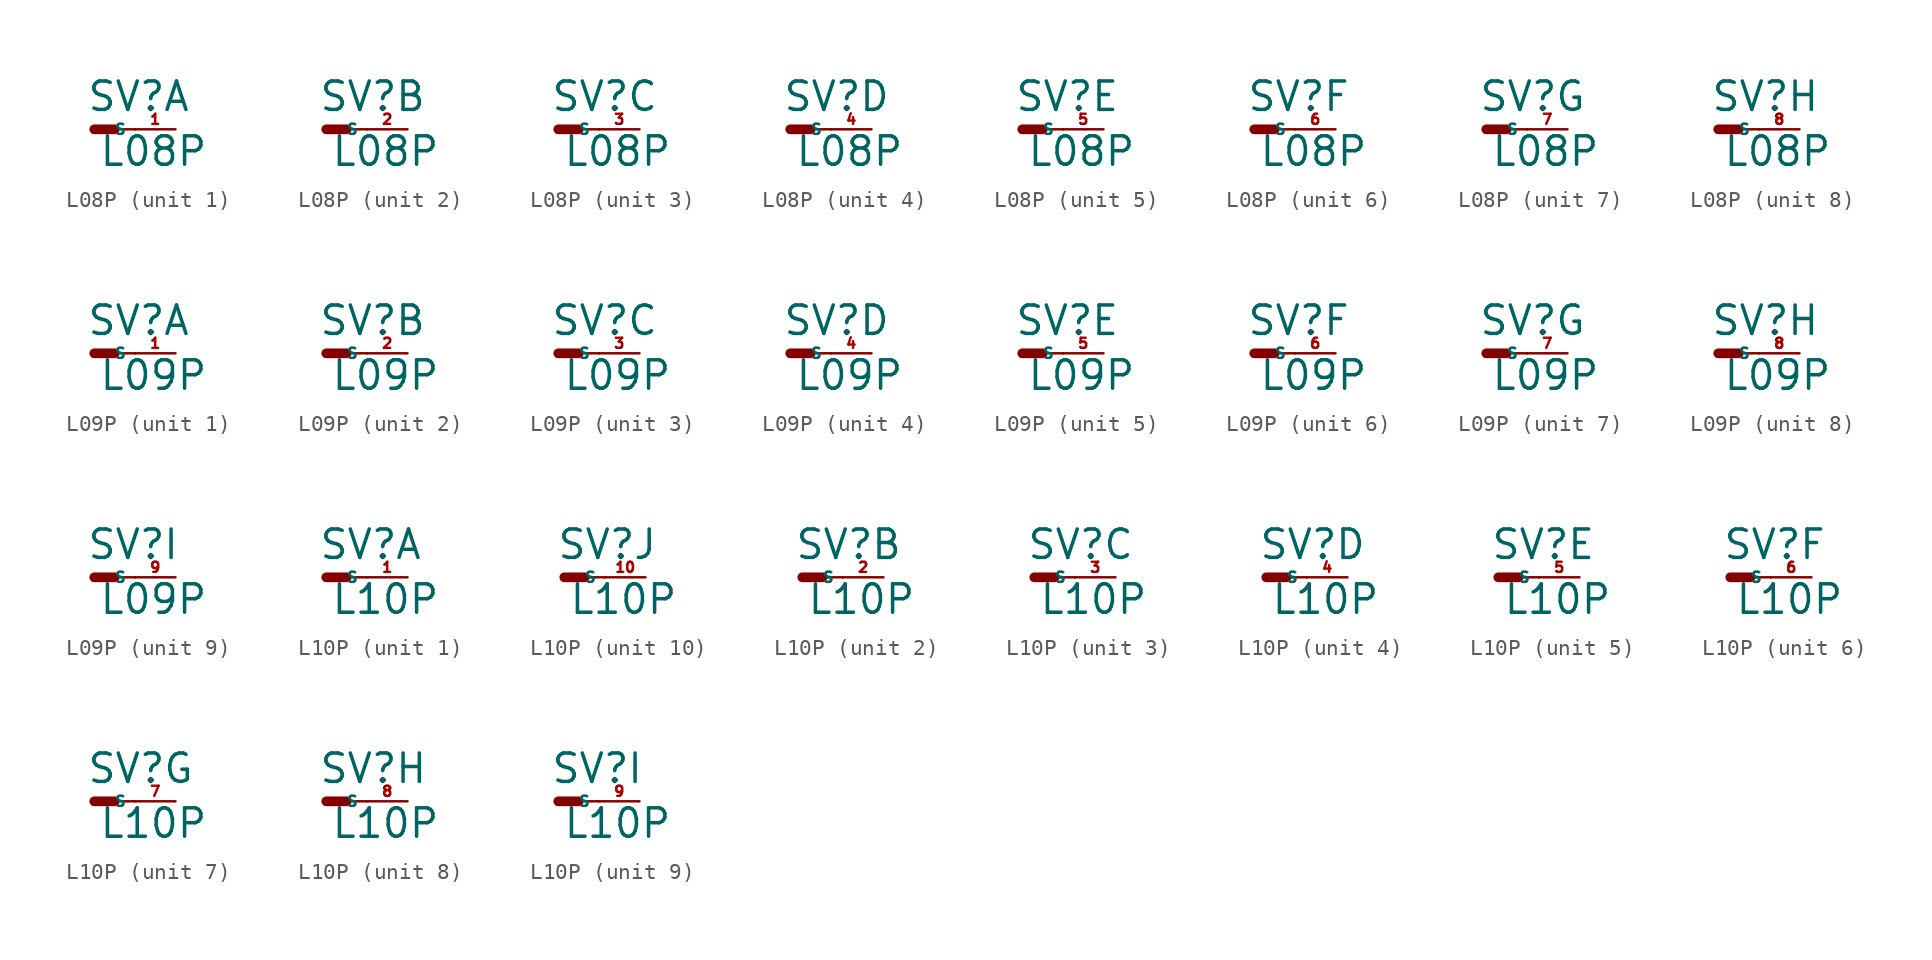
<source format=kicad_sym>
(kicad_symbol_lib
  (version 20220914)
  (generator Eagle2Kicad)
  (symbol "L08P"
    (property "Reference" "SV"
      (at -0.508 1.016 0)
      (effects (font (size 1.778 1.778) (thickness 0.22)) (justify left bottom)))
    (property "Value" "L08P"
      (at 0.254 -2.413 0)
      (effects (font (size 1.778 1.778) (thickness 0.22)) (justify left bottom)))
    (symbol "L08P_1_0"
      (polyline (pts (xy 1.27 0) (xy 2.54 0)) (stroke (width 0.152) (type default)) (fill (type none)))
      (polyline (pts (xy 0 0) (xy 1.27 0)) (stroke (width 0.61) (type default)) (fill (type none)))
      (pin passive line (at 5.08 0 180) (length 2.54) (name "S" (effects (font (size 0.635 0.635) (thickness 0.08)) (justify left bottom))) (number "1" (effects (font (size 0.635 0.635) (thickness 0.08)) (justify left bottom)))))
    (symbol "L08P_2_0"
      (polyline (pts (xy 1.27 0) (xy 2.54 0)) (stroke (width 0.152) (type default)) (fill (type none)))
      (polyline (pts (xy 0 0) (xy 1.27 0)) (stroke (width 0.61) (type default)) (fill (type none)))
      (pin passive line (at 5.08 0 180) (length 2.54) (name "S" (effects (font (size 0.635 0.635) (thickness 0.08)) (justify left bottom))) (number "2" (effects (font (size 0.635 0.635) (thickness 0.08)) (justify left bottom)))))
    (symbol "L08P_3_0"
      (polyline (pts (xy 1.27 0) (xy 2.54 0)) (stroke (width 0.152) (type default)) (fill (type none)))
      (polyline (pts (xy 0 0) (xy 1.27 0)) (stroke (width 0.61) (type default)) (fill (type none)))
      (pin passive line (at 5.08 0 180) (length 2.54) (name "S" (effects (font (size 0.635 0.635) (thickness 0.08)) (justify left bottom))) (number "3" (effects (font (size 0.635 0.635) (thickness 0.08)) (justify left bottom)))))
    (symbol "L08P_4_0"
      (polyline (pts (xy 1.27 0) (xy 2.54 0)) (stroke (width 0.152) (type default)) (fill (type none)))
      (polyline (pts (xy 0 0) (xy 1.27 0)) (stroke (width 0.61) (type default)) (fill (type none)))
      (pin passive line (at 5.08 0 180) (length 2.54) (name "S" (effects (font (size 0.635 0.635) (thickness 0.08)) (justify left bottom))) (number "4" (effects (font (size 0.635 0.635) (thickness 0.08)) (justify left bottom)))))
    (symbol "L08P_5_0"
      (polyline (pts (xy 1.27 0) (xy 2.54 0)) (stroke (width 0.152) (type default)) (fill (type none)))
      (polyline (pts (xy 0 0) (xy 1.27 0)) (stroke (width 0.61) (type default)) (fill (type none)))
      (pin passive line (at 5.08 0 180) (length 2.54) (name "S" (effects (font (size 0.635 0.635) (thickness 0.08)) (justify left bottom))) (number "5" (effects (font (size 0.635 0.635) (thickness 0.08)) (justify left bottom)))))
    (symbol "L08P_6_0"
      (polyline (pts (xy 1.27 0) (xy 2.54 0)) (stroke (width 0.152) (type default)) (fill (type none)))
      (polyline (pts (xy 0 0) (xy 1.27 0)) (stroke (width 0.61) (type default)) (fill (type none)))
      (pin passive line (at 5.08 0 180) (length 2.54) (name "S" (effects (font (size 0.635 0.635) (thickness 0.08)) (justify left bottom))) (number "6" (effects (font (size 0.635 0.635) (thickness 0.08)) (justify left bottom)))))
    (symbol "L08P_7_0"
      (polyline (pts (xy 1.27 0) (xy 2.54 0)) (stroke (width 0.152) (type default)) (fill (type none)))
      (polyline (pts (xy 0 0) (xy 1.27 0)) (stroke (width 0.61) (type default)) (fill (type none)))
      (pin passive line (at 5.08 0 180) (length 2.54) (name "S" (effects (font (size 0.635 0.635) (thickness 0.08)) (justify left bottom))) (number "7" (effects (font (size 0.635 0.635) (thickness 0.08)) (justify left bottom)))))
    (symbol "L08P_8_0"
      (polyline (pts (xy 1.27 0) (xy 2.54 0)) (stroke (width 0.152) (type default)) (fill (type none)))
      (polyline (pts (xy 0 0) (xy 1.27 0)) (stroke (width 0.61) (type default)) (fill (type none)))
      (pin passive line (at 5.08 0 180) (length 2.54) (name "S" (effects (font (size 0.635 0.635) (thickness 0.08)) (justify left bottom))) (number "8" (effects (font (size 0.635 0.635) (thickness 0.08)) (justify left bottom))))))
  (symbol "L09P"
    (property "Reference" "SV"
      (at -0.508 1.016 0)
      (effects (font (size 1.778 1.778) (thickness 0.22)) (justify left bottom)))
    (property "Value" "L09P"
      (at 0.254 -2.413 0)
      (effects (font (size 1.778 1.778) (thickness 0.22)) (justify left bottom)))
    (symbol "L09P_1_0"
      (polyline (pts (xy 1.27 0) (xy 2.54 0)) (stroke (width 0.152) (type default)) (fill (type none)))
      (polyline (pts (xy 0 0) (xy 1.27 0)) (stroke (width 0.61) (type default)) (fill (type none)))
      (pin passive line (at 5.08 0 180) (length 2.54) (name "S" (effects (font (size 0.635 0.635) (thickness 0.08)) (justify left bottom))) (number "1" (effects (font (size 0.635 0.635) (thickness 0.08)) (justify left bottom)))))
    (symbol "L09P_2_0"
      (polyline (pts (xy 1.27 0) (xy 2.54 0)) (stroke (width 0.152) (type default)) (fill (type none)))
      (polyline (pts (xy 0 0) (xy 1.27 0)) (stroke (width 0.61) (type default)) (fill (type none)))
      (pin passive line (at 5.08 0 180) (length 2.54) (name "S" (effects (font (size 0.635 0.635) (thickness 0.08)) (justify left bottom))) (number "2" (effects (font (size 0.635 0.635) (thickness 0.08)) (justify left bottom)))))
    (symbol "L09P_3_0"
      (polyline (pts (xy 1.27 0) (xy 2.54 0)) (stroke (width 0.152) (type default)) (fill (type none)))
      (polyline (pts (xy 0 0) (xy 1.27 0)) (stroke (width 0.61) (type default)) (fill (type none)))
      (pin passive line (at 5.08 0 180) (length 2.54) (name "S" (effects (font (size 0.635 0.635) (thickness 0.08)) (justify left bottom))) (number "3" (effects (font (size 0.635 0.635) (thickness 0.08)) (justify left bottom)))))
    (symbol "L09P_4_0"
      (polyline (pts (xy 1.27 0) (xy 2.54 0)) (stroke (width 0.152) (type default)) (fill (type none)))
      (polyline (pts (xy 0 0) (xy 1.27 0)) (stroke (width 0.61) (type default)) (fill (type none)))
      (pin passive line (at 5.08 0 180) (length 2.54) (name "S" (effects (font (size 0.635 0.635) (thickness 0.08)) (justify left bottom))) (number "4" (effects (font (size 0.635 0.635) (thickness 0.08)) (justify left bottom)))))
    (symbol "L09P_5_0"
      (polyline (pts (xy 1.27 0) (xy 2.54 0)) (stroke (width 0.152) (type default)) (fill (type none)))
      (polyline (pts (xy 0 0) (xy 1.27 0)) (stroke (width 0.61) (type default)) (fill (type none)))
      (pin passive line (at 5.08 0 180) (length 2.54) (name "S" (effects (font (size 0.635 0.635) (thickness 0.08)) (justify left bottom))) (number "5" (effects (font (size 0.635 0.635) (thickness 0.08)) (justify left bottom)))))
    (symbol "L09P_6_0"
      (polyline (pts (xy 1.27 0) (xy 2.54 0)) (stroke (width 0.152) (type default)) (fill (type none)))
      (polyline (pts (xy 0 0) (xy 1.27 0)) (stroke (width 0.61) (type default)) (fill (type none)))
      (pin passive line (at 5.08 0 180) (length 2.54) (name "S" (effects (font (size 0.635 0.635) (thickness 0.08)) (justify left bottom))) (number "6" (effects (font (size 0.635 0.635) (thickness 0.08)) (justify left bottom)))))
    (symbol "L09P_7_0"
      (polyline (pts (xy 1.27 0) (xy 2.54 0)) (stroke (width 0.152) (type default)) (fill (type none)))
      (polyline (pts (xy 0 0) (xy 1.27 0)) (stroke (width 0.61) (type default)) (fill (type none)))
      (pin passive line (at 5.08 0 180) (length 2.54) (name "S" (effects (font (size 0.635 0.635) (thickness 0.08)) (justify left bottom))) (number "7" (effects (font (size 0.635 0.635) (thickness 0.08)) (justify left bottom)))))
    (symbol "L09P_8_0"
      (polyline (pts (xy 1.27 0) (xy 2.54 0)) (stroke (width 0.152) (type default)) (fill (type none)))
      (polyline (pts (xy 0 0) (xy 1.27 0)) (stroke (width 0.61) (type default)) (fill (type none)))
      (pin passive line (at 5.08 0 180) (length 2.54) (name "S" (effects (font (size 0.635 0.635) (thickness 0.08)) (justify left bottom))) (number "8" (effects (font (size 0.635 0.635) (thickness 0.08)) (justify left bottom)))))
    (symbol "L09P_9_0"
      (polyline (pts (xy 1.27 0) (xy 2.54 0)) (stroke (width 0.152) (type default)) (fill (type none)))
      (polyline (pts (xy 0 0) (xy 1.27 0)) (stroke (width 0.61) (type default)) (fill (type none)))
      (pin passive line (at 5.08 0 180) (length 2.54) (name "S" (effects (font (size 0.635 0.635) (thickness 0.08)) (justify left bottom))) (number "9" (effects (font (size 0.635 0.635) (thickness 0.08)) (justify left bottom))))))
  (symbol "L10P"
    (property "Reference" "SV"
      (at -0.508 1.016 0)
      (effects (font (size 1.778 1.778) (thickness 0.22)) (justify left bottom)))
    (property "Value" "L10P"
      (at 0.254 -2.413 0)
      (effects (font (size 1.778 1.778) (thickness 0.22)) (justify left bottom)))
    (symbol "L10P_1_0"
      (polyline (pts (xy 1.27 0) (xy 2.54 0)) (stroke (width 0.152) (type default)) (fill (type none)))
      (polyline (pts (xy 0 0) (xy 1.27 0)) (stroke (width 0.61) (type default)) (fill (type none)))
      (pin passive line (at 5.08 0 180) (length 2.54) (name "S" (effects (font (size 0.635 0.635) (thickness 0.08)) (justify left bottom))) (number "1" (effects (font (size 0.635 0.635) (thickness 0.08)) (justify left bottom)))))
    (symbol "L10P_2_0"
      (polyline (pts (xy 1.27 0) (xy 2.54 0)) (stroke (width 0.152) (type default)) (fill (type none)))
      (polyline (pts (xy 0 0) (xy 1.27 0)) (stroke (width 0.61) (type default)) (fill (type none)))
      (pin passive line (at 5.08 0 180) (length 2.54) (name "S" (effects (font (size 0.635 0.635) (thickness 0.08)) (justify left bottom))) (number "2" (effects (font (size 0.635 0.635) (thickness 0.08)) (justify left bottom)))))
    (symbol "L10P_3_0"
      (polyline (pts (xy 1.27 0) (xy 2.54 0)) (stroke (width 0.152) (type default)) (fill (type none)))
      (polyline (pts (xy 0 0) (xy 1.27 0)) (stroke (width 0.61) (type default)) (fill (type none)))
      (pin passive line (at 5.08 0 180) (length 2.54) (name "S" (effects (font (size 0.635 0.635) (thickness 0.08)) (justify left bottom))) (number "3" (effects (font (size 0.635 0.635) (thickness 0.08)) (justify left bottom)))))
    (symbol "L10P_4_0"
      (polyline (pts (xy 1.27 0) (xy 2.54 0)) (stroke (width 0.152) (type default)) (fill (type none)))
      (polyline (pts (xy 0 0) (xy 1.27 0)) (stroke (width 0.61) (type default)) (fill (type none)))
      (pin passive line (at 5.08 0 180) (length 2.54) (name "S" (effects (font (size 0.635 0.635) (thickness 0.08)) (justify left bottom))) (number "4" (effects (font (size 0.635 0.635) (thickness 0.08)) (justify left bottom)))))
    (symbol "L10P_5_0"
      (polyline (pts (xy 1.27 0) (xy 2.54 0)) (stroke (width 0.152) (type default)) (fill (type none)))
      (polyline (pts (xy 0 0) (xy 1.27 0)) (stroke (width 0.61) (type default)) (fill (type none)))
      (pin passive line (at 5.08 0 180) (length 2.54) (name "S" (effects (font (size 0.635 0.635) (thickness 0.08)) (justify left bottom))) (number "5" (effects (font (size 0.635 0.635) (thickness 0.08)) (justify left bottom)))))
    (symbol "L10P_6_0"
      (polyline (pts (xy 1.27 0) (xy 2.54 0)) (stroke (width 0.152) (type default)) (fill (type none)))
      (polyline (pts (xy 0 0) (xy 1.27 0)) (stroke (width 0.61) (type default)) (fill (type none)))
      (pin passive line (at 5.08 0 180) (length 2.54) (name "S" (effects (font (size 0.635 0.635) (thickness 0.08)) (justify left bottom))) (number "6" (effects (font (size 0.635 0.635) (thickness 0.08)) (justify left bottom)))))
    (symbol "L10P_7_0"
      (polyline (pts (xy 1.27 0) (xy 2.54 0)) (stroke (width 0.152) (type default)) (fill (type none)))
      (polyline (pts (xy 0 0) (xy 1.27 0)) (stroke (width 0.61) (type default)) (fill (type none)))
      (pin passive line (at 5.08 0 180) (length 2.54) (name "S" (effects (font (size 0.635 0.635) (thickness 0.08)) (justify left bottom))) (number "7" (effects (font (size 0.635 0.635) (thickness 0.08)) (justify left bottom)))))
    (symbol "L10P_8_0"
      (polyline (pts (xy 1.27 0) (xy 2.54 0)) (stroke (width 0.152) (type default)) (fill (type none)))
      (polyline (pts (xy 0 0) (xy 1.27 0)) (stroke (width 0.61) (type default)) (fill (type none)))
      (pin passive line (at 5.08 0 180) (length 2.54) (name "S" (effects (font (size 0.635 0.635) (thickness 0.08)) (justify left bottom))) (number "8" (effects (font (size 0.635 0.635) (thickness 0.08)) (justify left bottom)))))
    (symbol "L10P_9_0"
      (polyline (pts (xy 1.27 0) (xy 2.54 0)) (stroke (width 0.152) (type default)) (fill (type none)))
      (polyline (pts (xy 0 0) (xy 1.27 0)) (stroke (width 0.61) (type default)) (fill (type none)))
      (pin passive line (at 5.08 0 180) (length 2.54) (name "S" (effects (font (size 0.635 0.635) (thickness 0.08)) (justify left bottom))) (number "9" (effects (font (size 0.635 0.635) (thickness 0.08)) (justify left bottom)))))
    (symbol "L10P_10_0"
      (polyline (pts (xy 1.27 0) (xy 2.54 0)) (stroke (width 0.152) (type default)) (fill (type none)))
      (polyline (pts (xy 0 0) (xy 1.27 0)) (stroke (width 0.61) (type default)) (fill (type none)))
      (pin passive line (at 5.08 0 180) (length 2.54) (name "S" (effects (font (size 0.635 0.635) (thickness 0.08)) (justify left bottom))) (number "10" (effects (font (size 0.635 0.635) (thickness 0.08)) (justify left bottom)))))))
</source>
